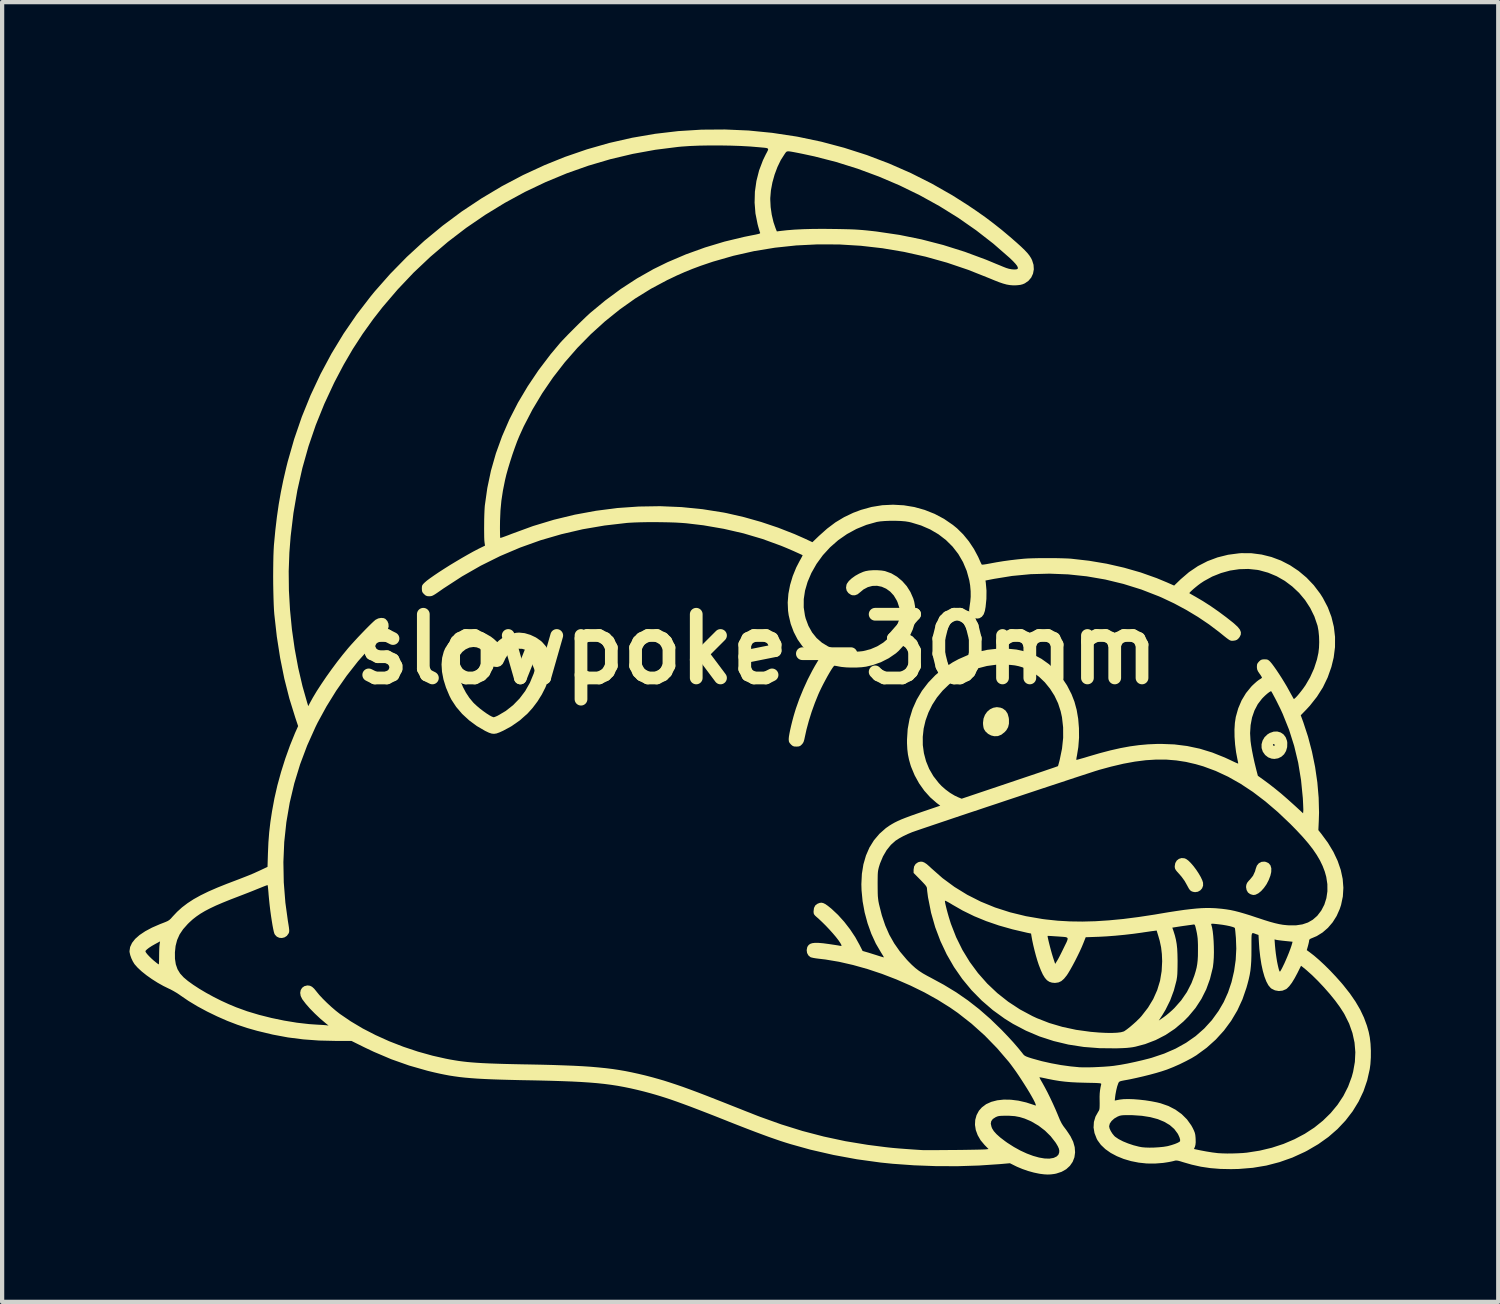
<source format=kicad_pcb>
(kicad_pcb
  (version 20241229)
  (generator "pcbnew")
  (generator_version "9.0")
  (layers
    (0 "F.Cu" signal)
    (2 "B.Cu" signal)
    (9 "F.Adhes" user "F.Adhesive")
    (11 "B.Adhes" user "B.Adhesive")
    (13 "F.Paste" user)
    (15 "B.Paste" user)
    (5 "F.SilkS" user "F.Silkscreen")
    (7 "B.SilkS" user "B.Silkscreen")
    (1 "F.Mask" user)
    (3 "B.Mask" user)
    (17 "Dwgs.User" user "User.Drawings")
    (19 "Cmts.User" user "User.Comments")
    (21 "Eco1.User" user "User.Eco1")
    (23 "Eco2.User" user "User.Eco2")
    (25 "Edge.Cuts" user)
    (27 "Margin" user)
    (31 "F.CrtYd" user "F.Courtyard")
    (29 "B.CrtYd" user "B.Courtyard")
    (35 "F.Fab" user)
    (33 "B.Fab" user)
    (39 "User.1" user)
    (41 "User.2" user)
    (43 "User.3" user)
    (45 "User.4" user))
  (footprint "slowpoke-30mm"
    (layer "F.Cu")
    (at 14.778 12.24)
    (property "Reference" "slowpoke-30mm" (at 0 0 0) (layer "F.SilkS") (effects (font (size 1.5 1.5) (thickness 0.3))))
    (attr board_only exclude_from_pos_files exclude_from_bom)
    (fp_poly (pts (xy 5.737 1.378) (xy 5.792 1.399) (xy 5.859 1.449) (xy 5.906 1.521) (xy 5.932 1.615) (xy 5.937 1.655) (xy 5.937 1.755) (xy 5.918 1.837) (xy 5.877 1.909) (xy 5.838 1.952) (xy 5.759 2.015) (xy 5.677 2.048) (xy 5.59 2.051) (xy 5.516 2.033) (xy 5.445 1.995) (xy 5.384 1.939) (xy 5.347 1.88) (xy 5.336 1.838) (xy 5.328 1.781) (xy 5.326 1.736) (xy 5.338 1.636) (xy 5.372 1.548) (xy 5.424 1.474) (xy 5.491 1.417) (xy 5.567 1.381) (xy 5.651 1.366)) (stroke (width 0) (type solid)) (fill yes) (layer "F.SilkS"))
    (fp_poly (pts (xy 11.99 5.012) (xy 12.055 5.043) (xy 12.097 5.093) (xy 12.117 5.163) (xy 12.115 5.25) (xy 12.095 5.336) (xy 12.055 5.44) (xy 12.004 5.538) (xy 11.943 5.625) (xy 11.878 5.698) (xy 11.811 5.752) (xy 11.745 5.784) (xy 11.699 5.791) (xy 11.661 5.784) (xy 11.618 5.769) (xy 11.617 5.769) (xy 11.567 5.732) (xy 11.535 5.675) (xy 11.522 5.605) (xy 11.522 5.603) (xy 11.528 5.552) (xy 11.546 5.506) (xy 11.584 5.458) (xy 11.614 5.427) (xy 11.686 5.338) (xy 11.734 5.233) (xy 11.749 5.176) (xy 11.777 5.099) (xy 11.823 5.043) (xy 11.883 5.011) (xy 11.954 5.005)) (stroke (width 0) (type solid)) (fill yes) (layer "F.SilkS"))
    (fp_poly (pts (xy 10.07 4.926) (xy 10.109 4.942) (xy 10.161 4.979) (xy 10.221 5.038) (xy 10.285 5.112) (xy 10.348 5.196) (xy 10.406 5.284) (xy 10.456 5.37) (xy 10.492 5.448) (xy 10.509 5.502) (xy 10.51 5.571) (xy 10.487 5.633) (xy 10.444 5.682) (xy 10.387 5.714) (xy 10.321 5.724) (xy 10.272 5.716) (xy 10.233 5.701) (xy 10.203 5.678) (xy 10.175 5.64) (xy 10.143 5.582) (xy 10.139 5.574) (xy 10.075 5.46) (xy 10.004 5.362) (xy 9.947 5.296) (xy 9.898 5.242) (xy 9.867 5.203) (xy 9.85 5.171) (xy 9.843 5.139) (xy 9.842 5.112) (xy 9.855 5.039) (xy 9.889 4.98) (xy 9.94 4.94) (xy 10.002 4.921)) (stroke (width 0) (type solid)) (fill yes) (layer "F.SilkS"))
    (fp_poly (pts (xy 12.337 1.963) (xy 12.404 2.008) (xy 12.455 2.075) (xy 12.487 2.161) (xy 12.493 2.205) (xy 12.49 2.308) (xy 12.464 2.399) (xy 12.418 2.476) (xy 12.354 2.534) (xy 12.277 2.572) (xy 12.189 2.586) (xy 12.123 2.579) (xy 12.043 2.549) (xy 11.972 2.494) (xy 11.918 2.419) (xy 11.916 2.415) (xy 11.888 2.33) (xy 11.887 2.245) (xy 12.154 2.245) (xy 12.158 2.265) (xy 12.162 2.27) (xy 12.184 2.28) (xy 12.197 2.264) (xy 12.197 2.258) (xy 12.185 2.238) (xy 12.175 2.235) (xy 12.154 2.245) (xy 11.887 2.245) (xy 11.887 2.241) (xy 11.911 2.154) (xy 11.957 2.075) (xy 12.025 2.009) (xy 12.082 1.974) (xy 12.172 1.943) (xy 12.258 1.94)) (stroke (width 0) (type solid)) (fill yes) (layer "F.SilkS"))
    (fp_poly (pts (xy -6.616 -0.426) (xy -6.496 -0.402) (xy -6.376 -0.357) (xy -6.266 -0.294) (xy -6.188 -0.233) (xy -6.115 -0.165) (xy -6.077 -0.202) (xy -5.994 -0.265) (xy -5.892 -0.319) (xy -5.781 -0.36) (xy -5.67 -0.385) (xy -5.601 -0.39) (xy -5.468 -0.376) (xy -5.334 -0.336) (xy -5.205 -0.275) (xy -5.091 -0.196) (xy -5.05 -0.158) (xy -4.966 -0.061) (xy -4.905 0.042) (xy -4.867 0.155) (xy -4.849 0.284) (xy -4.85 0.412) (xy -4.87 0.566) (xy -4.914 0.73) (xy -4.98 0.899) (xy -5.065 1.067) (xy -5.167 1.231) (xy -5.284 1.386) (xy -5.401 1.516) (xy -5.585 1.679) (xy -5.788 1.82) (xy -5.975 1.921) (xy -6.063 1.961) (xy -6.132 1.986) (xy -6.192 1.995) (xy -6.249 1.989) (xy -6.312 1.968) (xy -6.388 1.932) (xy -6.399 1.927) (xy -6.599 1.81) (xy -6.781 1.675) (xy -6.943 1.525) (xy -7.082 1.362) (xy -7.196 1.189) (xy -7.24 1.103) (xy -7.323 0.906) (xy -7.382 0.716) (xy -7.417 0.534) (xy -7.427 0.37) (xy -7.054 0.37) (xy -7.046 0.492) (xy -7.021 0.623) (xy -6.979 0.758) (xy -6.923 0.893) (xy -6.854 1.024) (xy -6.773 1.147) (xy -6.681 1.258) (xy -6.656 1.283) (xy -6.593 1.341) (xy -6.522 1.401) (xy -6.446 1.459) (xy -6.372 1.512) (xy -6.304 1.556) (xy -6.247 1.587) (xy -6.206 1.603) (xy -6.199 1.604) (xy -6.176 1.598) (xy -6.137 1.582) (xy -6.102 1.566) (xy -5.914 1.455) (xy -5.743 1.32) (xy -5.59 1.163) (xy -5.457 0.987) (xy -5.347 0.793) (xy -5.261 0.585) (xy -5.257 0.575) (xy -5.236 0.503) (xy -5.225 0.442) (xy -5.222 0.375) (xy -5.223 0.337) (xy -5.227 0.273) (xy -5.234 0.228) (xy -5.247 0.195) (xy -5.269 0.163) (xy -5.271 0.159) (xy -5.35 0.077) (xy -5.436 0.022) (xy -5.527 -0.007) (xy -5.62 -0.01) (xy -5.709 0.012) (xy -5.793 0.059) (xy -5.866 0.129) (xy -5.926 0.222) (xy -5.949 0.274) (xy -5.987 0.348) (xy -6.038 0.396) (xy -6.102 0.418) (xy -6.136 0.42) (xy -6.202 0.412) (xy -6.253 0.384) (xy -6.293 0.334) (xy -6.325 0.257) (xy -6.329 0.243) (xy -6.373 0.139) (xy -6.435 0.055) (xy -6.511 -0.006) (xy -6.599 -0.042) (xy -6.676 -0.051) (xy -6.771 -0.037) (xy -6.86 0.004) (xy -6.939 0.066) (xy -7.001 0.146) (xy -7.013 0.168) (xy -7.043 0.261) (xy -7.054 0.37) (xy -7.427 0.37) (xy -7.428 0.362) (xy -7.414 0.203) (xy -7.375 0.057) (xy -7.342 -0.02) (xy -7.271 -0.129) (xy -7.176 -0.226) (xy -7.063 -0.308) (xy -6.936 -0.372) (xy -6.802 -0.414) (xy -6.729 -0.426)) (stroke (width 0) (type solid)) (fill yes) (layer "F.SilkS"))
    (fp_poly (pts (xy -0.197 -12.216) (xy 0.359 -12.161) (xy 0.916 -12.077) (xy 0.968 -12.068) (xy 1.515 -11.953) (xy 2.056 -11.809) (xy 2.59 -11.638) (xy 3.113 -11.439) (xy 3.626 -11.214) (xy 4.124 -10.963) (xy 4.608 -10.687) (xy 4.958 -10.465) (xy 5.18 -10.315) (xy 5.384 -10.171) (xy 5.577 -10.025) (xy 5.768 -9.874) (xy 5.964 -9.709) (xy 6.118 -9.575) (xy 6.221 -9.482) (xy 6.304 -9.402) (xy 6.369 -9.333) (xy 6.418 -9.272) (xy 6.456 -9.213) (xy 6.482 -9.161) (xy 6.516 -9.053) (xy 6.523 -8.946) (xy 6.504 -8.844) (xy 6.462 -8.753) (xy 6.396 -8.675) (xy 6.311 -8.616) (xy 6.259 -8.594) (xy 6.205 -8.58) (xy 6.136 -8.572) (xy 6.105 -8.57) (xy 6.032 -8.569) (xy 5.959 -8.575) (xy 5.883 -8.588) (xy 5.799 -8.611) (xy 5.702 -8.644) (xy 5.588 -8.689) (xy 5.47 -8.738) (xy 4.977 -8.934) (xy 4.478 -9.103) (xy 3.974 -9.244) (xy 3.467 -9.357) (xy 2.957 -9.443) (xy 2.448 -9.501) (xy 1.938 -9.532) (xy 1.431 -9.534) (xy 0.927 -9.509) (xy 0.427 -9.456) (xy -0.067 -9.375) (xy -0.553 -9.265) (xy -1.031 -9.128) (xy -1.118 -9.099) (xy -1.327 -9.028) (xy -1.517 -8.957) (xy -1.699 -8.883) (xy -1.883 -8.802) (xy -2.079 -8.708) (xy -2.108 -8.695) (xy -2.494 -8.489) (xy -2.869 -8.257) (xy -3.231 -8) (xy -3.58 -7.719) (xy -3.913 -7.417) (xy -4.229 -7.095) (xy -4.526 -6.755) (xy -4.803 -6.398) (xy -5.057 -6.026) (xy -5.287 -5.642) (xy -5.492 -5.247) (xy -5.596 -5.018) (xy -5.648 -4.892) (xy -5.702 -4.745) (xy -5.758 -4.585) (xy -5.811 -4.42) (xy -5.86 -4.259) (xy -5.902 -4.109) (xy -5.932 -3.983) (xy -5.982 -3.734) (xy -6.018 -3.498) (xy -6.04 -3.265) (xy -6.05 -3.023) (xy -6.051 -2.946) (xy -6.052 -2.851) (xy -6.051 -2.767) (xy -6.05 -2.698) (xy -6.048 -2.648) (xy -6.046 -2.622) (xy -6.045 -2.62) (xy -6.03 -2.622) (xy -5.99 -2.635) (xy -5.932 -2.656) (xy -5.858 -2.683) (xy -5.774 -2.716) (xy -5.755 -2.723) (xy -5.274 -2.899) (xy -4.785 -3.047) (xy -4.29 -3.167) (xy -3.79 -3.259) (xy -3.287 -3.324) (xy -2.782 -3.359) (xy -2.278 -3.367) (xy -1.776 -3.346) (xy -1.278 -3.296) (xy -0.785 -3.218) (xy -0.705 -3.202) (xy -0.305 -3.11) (xy 0.099 -2.996) (xy 0.498 -2.862) (xy 0.884 -2.711) (xy 1.113 -2.61) (xy 1.308 -2.519) (xy 1.461 -2.666) (xy 1.655 -2.839) (xy 1.85 -2.986) (xy 2.053 -3.108) (xy 2.268 -3.211) (xy 2.452 -3.28) (xy 2.701 -3.349) (xy 2.954 -3.39) (xy 3.208 -3.402) (xy 3.461 -3.388) (xy 3.71 -3.347) (xy 3.953 -3.279) (xy 4.187 -3.186) (xy 4.409 -3.068) (xy 4.617 -2.925) (xy 4.715 -2.845) (xy 4.859 -2.703) (xy 4.993 -2.539) (xy 5.112 -2.36) (xy 5.211 -2.175) (xy 5.228 -2.137) (xy 5.254 -2.078) (xy 5.276 -2.03) (xy 5.292 -1.999) (xy 5.296 -1.991) (xy 5.313 -1.99) (xy 5.354 -1.994) (xy 5.412 -2.003) (xy 5.482 -2.016) (xy 5.488 -2.017) (xy 5.633 -2.044) (xy 5.797 -2.071) (xy 5.97 -2.095) (xy 6.141 -2.115) (xy 6.294 -2.13) (xy 6.384 -2.136) (xy 6.498 -2.14) (xy 6.628 -2.143) (xy 6.769 -2.144) (xy 6.913 -2.144) (xy 7.055 -2.143) (xy 7.186 -2.14) (xy 7.302 -2.136) (xy 7.395 -2.131) (xy 7.404 -2.13) (xy 7.824 -2.082) (xy 8.24 -2.012) (xy 8.647 -1.919) (xy 9.041 -1.806) (xy 9.418 -1.672) (xy 9.658 -1.572) (xy 9.828 -1.497) (xy 9.982 -1.646) (xy 10.178 -1.814) (xy 10.388 -1.956) (xy 10.613 -2.072) (xy 10.85 -2.161) (xy 11.098 -2.223) (xy 11.357 -2.257) (xy 11.41 -2.261) (xy 11.651 -2.259) (xy 11.889 -2.228) (xy 12.121 -2.17) (xy 12.345 -2.086) (xy 12.558 -1.976) (xy 12.759 -1.842) (xy 12.946 -1.685) (xy 13.116 -1.507) (xy 13.267 -1.308) (xy 13.331 -1.207) (xy 13.447 -0.986) (xy 13.533 -0.759) (xy 13.59 -0.526) (xy 13.618 -0.288) (xy 13.617 -0.047) (xy 13.586 0.197) (xy 13.532 0.419) (xy 13.444 0.668) (xy 13.331 0.902) (xy 13.191 1.122) (xy 13.025 1.332) (xy 12.943 1.421) (xy 12.81 1.558) (xy 12.87 1.721) (xy 12.981 2.06) (xy 13.074 2.413) (xy 13.148 2.774) (xy 13.201 3.138) (xy 13.232 3.499) (xy 13.241 3.851) (xy 13.235 4.048) (xy 13.225 4.263) (xy 13.293 4.348) (xy 13.45 4.561) (xy 13.579 4.775) (xy 13.68 4.989) (xy 13.753 5.202) (xy 13.798 5.413) (xy 13.814 5.621) (xy 13.802 5.825) (xy 13.76 6.025) (xy 13.728 6.122) (xy 13.655 6.286) (xy 13.561 6.435) (xy 13.45 6.565) (xy 13.324 6.674) (xy 13.187 6.759) (xy 13.095 6.798) (xy 13.044 6.819) (xy 13.017 6.837) (xy 13.008 6.857) (xy 13.008 6.862) (xy 13.004 6.893) (xy 12.993 6.941) (xy 12.98 6.992) (xy 12.952 7.09) (xy 13.013 7.134) (xy 13.122 7.218) (xy 13.243 7.322) (xy 13.372 7.442) (xy 13.504 7.573) (xy 13.634 7.711) (xy 13.759 7.851) (xy 13.81 7.911) (xy 13.968 8.111) (xy 14.1 8.303) (xy 14.21 8.491) (xy 14.299 8.679) (xy 14.37 8.872) (xy 14.411 9.017) (xy 14.437 9.147) (xy 14.454 9.296) (xy 14.462 9.457) (xy 14.461 9.619) (xy 14.451 9.775) (xy 14.435 9.894) (xy 14.375 10.159) (xy 14.288 10.413) (xy 14.173 10.656) (xy 14.032 10.886) (xy 13.866 11.102) (xy 13.676 11.304) (xy 13.462 11.49) (xy 13.225 11.659) (xy 12.965 11.811) (xy 12.91 11.84) (xy 12.613 11.976) (xy 12.31 12.083) (xy 12 12.164) (xy 11.681 12.217) (xy 11.348 12.244) (xy 11.17 12.248) (xy 10.916 12.243) (xy 10.681 12.224) (xy 10.459 12.191) (xy 10.24 12.142) (xy 10.046 12.086) (xy 9.975 12.064) (xy 9.926 12.051) (xy 9.891 12.045) (xy 9.862 12.045) (xy 9.833 12.052) (xy 9.816 12.057) (xy 9.772 12.067) (xy 9.708 12.08) (xy 9.633 12.092) (xy 9.565 12.102) (xy 9.374 12.117) (xy 9.182 12.115) (xy 8.994 12.095) (xy 8.812 12.059) (xy 8.639 12.008) (xy 8.479 11.943) (xy 8.334 11.866) (xy 8.208 11.777) (xy 8.103 11.677) (xy 8.024 11.569) (xy 8.004 11.532) (xy 7.952 11.398) (xy 7.93 11.266) (xy 7.932 11.241) (xy 8.297 11.241) (xy 8.307 11.29) (xy 8.334 11.349) (xy 8.372 11.41) (xy 8.416 11.464) (xy 8.438 11.485) (xy 8.519 11.54) (xy 8.623 11.594) (xy 8.743 11.643) (xy 8.871 11.686) (xy 9 11.719) (xy 9.071 11.732) (xy 9.15 11.739) (xy 9.249 11.742) (xy 9.359 11.74) (xy 9.47 11.733) (xy 9.574 11.723) (xy 9.661 11.709) (xy 9.684 11.704) (xy 9.771 11.68) (xy 9.847 11.655) (xy 9.909 11.629) (xy 9.951 11.606) (xy 9.968 11.589) (xy 9.969 11.553) (xy 9.954 11.5) (xy 9.925 11.436) (xy 9.91 11.409) (xy 9.83 11.302) (xy 9.725 11.21) (xy 9.595 11.133) (xy 9.442 11.07) (xy 9.265 11.023) (xy 9.068 10.992) (xy 8.849 10.977) (xy 8.769 10.976) (xy 8.686 10.976) (xy 8.625 10.978) (xy 8.581 10.983) (xy 8.545 10.991) (xy 8.512 11.004) (xy 8.499 11.009) (xy 8.418 11.056) (xy 8.355 11.113) (xy 8.313 11.174) (xy 8.297 11.236) (xy 8.297 11.241) (xy 7.932 11.241) (xy 7.938 11.137) (xy 7.975 11.012) (xy 8.042 10.892) (xy 8.046 10.887) (xy 8.058 10.866) (xy 8.066 10.843) (xy 8.071 10.811) (xy 8.073 10.764) (xy 8.074 10.696) (xy 8.073 10.639) (xy 8.073 10.633) (xy 8.429 10.633) (xy 8.547 10.61) (xy 8.635 10.6) (xy 8.745 10.597) (xy 8.873 10.601) (xy 9.01 10.612) (xy 9.152 10.628) (xy 9.292 10.65) (xy 9.424 10.676) (xy 9.509 10.697) (xy 9.693 10.761) (xy 9.859 10.847) (xy 10.005 10.952) (xy 10.13 11.076) (xy 10.231 11.217) (xy 10.265 11.278) (xy 10.296 11.343) (xy 10.315 11.393) (xy 10.326 11.441) (xy 10.332 11.5) (xy 10.334 11.534) (xy 10.336 11.616) (xy 10.33 11.675) (xy 10.318 11.72) (xy 10.318 11.72) (xy 10.295 11.774) (xy 10.447 11.806) (xy 10.591 11.833) (xy 10.728 11.855) (xy 10.848 11.87) (xy 10.87 11.872) (xy 10.963 11.877) (xy 11.076 11.88) (xy 11.2 11.879) (xy 11.325 11.875) (xy 11.441 11.869) (xy 11.539 11.86) (xy 11.54 11.86) (xy 11.842 11.813) (xy 12.13 11.744) (xy 12.405 11.654) (xy 12.663 11.544) (xy 12.905 11.416) (xy 13.129 11.27) (xy 13.332 11.107) (xy 13.515 10.928) (xy 13.676 10.734) (xy 13.813 10.527) (xy 13.925 10.307) (xy 14.011 10.075) (xy 14.044 9.954) (xy 14.085 9.723) (xy 14.096 9.494) (xy 14.077 9.267) (xy 14.028 9.042) (xy 13.95 8.821) (xy 13.842 8.604) (xy 13.818 8.563) (xy 13.729 8.426) (xy 13.62 8.277) (xy 13.495 8.123) (xy 13.359 7.968) (xy 13.218 7.818) (xy 13.076 7.678) (xy 12.937 7.554) (xy 12.856 7.488) (xy 12.817 7.458) (xy 12.733 7.627) (xy 12.666 7.752) (xy 12.602 7.857) (xy 12.54 7.939) (xy 12.484 7.995) (xy 12.464 8.009) (xy 12.381 8.044) (xy 12.292 8.053) (xy 12.203 8.037) (xy 12.123 7.998) (xy 12.1 7.979) (xy 12.048 7.918) (xy 12 7.829) (xy 11.956 7.715) (xy 11.917 7.579) (xy 11.883 7.422) (xy 11.856 7.248) (xy 11.835 7.059) (xy 11.826 6.925) (xy 11.821 6.837) (xy 12.193 6.837) (xy 12.203 6.978) (xy 12.212 7.072) (xy 12.223 7.169) (xy 12.237 7.266) (xy 12.252 7.358) (xy 12.269 7.441) (xy 12.285 7.51) (xy 12.299 7.562) (xy 12.313 7.592) (xy 12.322 7.596) (xy 12.333 7.58) (xy 12.355 7.542) (xy 12.383 7.488) (xy 12.414 7.423) (xy 12.416 7.421) (xy 12.454 7.336) (xy 12.494 7.243) (xy 12.532 7.15) (xy 12.565 7.062) (xy 12.591 6.987) (xy 12.607 6.932) (xy 12.608 6.931) (xy 12.617 6.892) (xy 12.441 6.874) (xy 12.368 6.866) (xy 12.303 6.858) (xy 12.254 6.851) (xy 12.229 6.846) (xy 12.193 6.837) (xy 11.821 6.837) (xy 11.815 6.732) (xy 11.762 6.714) (xy 11.728 6.701) (xy 11.701 6.691) (xy 11.681 6.688) (xy 11.667 6.694) (xy 11.658 6.712) (xy 11.652 6.746) (xy 11.65 6.798) (xy 11.649 6.871) (xy 11.649 6.97) (xy 11.649 7.063) (xy 11.648 7.218) (xy 11.644 7.349) (xy 11.636 7.464) (xy 11.625 7.569) (xy 11.608 7.671) (xy 11.585 7.776) (xy 11.555 7.891) (xy 11.531 7.976) (xy 11.437 8.249) (xy 11.317 8.509) (xy 11.171 8.755) (xy 11.001 8.985) (xy 10.808 9.197) (xy 10.594 9.389) (xy 10.36 9.56) (xy 10.36 9.561) (xy 10.243 9.632) (xy 10.105 9.705) (xy 9.957 9.778) (xy 9.805 9.845) (xy 9.659 9.903) (xy 9.647 9.907) (xy 9.536 9.944) (xy 9.402 9.984) (xy 9.254 10.024) (xy 9.098 10.063) (xy 8.942 10.099) (xy 8.794 10.131) (xy 8.726 10.144) (xy 8.647 10.158) (xy 8.593 10.169) (xy 8.557 10.179) (xy 8.536 10.19) (xy 8.523 10.204) (xy 8.514 10.223) (xy 8.511 10.229) (xy 8.486 10.302) (xy 8.464 10.393) (xy 8.446 10.489) (xy 8.439 10.541) (xy 8.429 10.633) (xy 8.073 10.633) (xy 8.072 10.542) (xy 8.075 10.465) (xy 8.082 10.396) (xy 8.093 10.326) (xy 8.109 10.253) (xy 8.111 10.243) (xy 8.108 10.235) (xy 8.098 10.23) (xy 8.077 10.225) (xy 8.042 10.222) (xy 7.99 10.219) (xy 7.917 10.217) (xy 7.819 10.215) (xy 7.73 10.213) (xy 7.554 10.208) (xy 7.4 10.2) (xy 7.26 10.188) (xy 7.128 10.172) (xy 6.994 10.15) (xy 6.851 10.122) (xy 6.806 10.112) (xy 6.744 10.099) (xy 6.694 10.089) (xy 6.662 10.085) (xy 6.654 10.085) (xy 6.66 10.099) (xy 6.677 10.133) (xy 6.704 10.181) (xy 6.725 10.217) (xy 6.78 10.317) (xy 6.843 10.436) (xy 6.908 10.568) (xy 6.972 10.704) (xy 7.031 10.835) (xy 7.082 10.955) (xy 7.095 10.987) (xy 7.137 11.088) (xy 7.176 11.167) (xy 7.216 11.231) (xy 7.242 11.266) (xy 7.286 11.324) (xy 7.334 11.394) (xy 7.379 11.463) (xy 7.386 11.473) (xy 7.45 11.603) (xy 7.486 11.731) (xy 7.495 11.854) (xy 7.479 11.97) (xy 7.438 12.076) (xy 7.373 12.17) (xy 7.286 12.25) (xy 7.178 12.311) (xy 7.05 12.353) (xy 7.004 12.362) (xy 6.925 12.372) (xy 6.85 12.375) (xy 6.769 12.371) (xy 6.672 12.359) (xy 6.643 12.354) (xy 6.523 12.329) (xy 6.389 12.292) (xy 6.254 12.245) (xy 6.127 12.192) (xy 6.08 12.169) (xy 5.96 12.109) (xy 5.722 12.13) (xy 5.231 12.163) (xy 4.726 12.179) (xy 4.213 12.177) (xy 3.701 12.158) (xy 3.2 12.122) (xy 2.915 12.093) (xy 2.356 12.016) (xy 1.803 11.914) (xy 1.259 11.789) (xy 0.793 11.659) (xy 0.673 11.622) (xy 0.549 11.582) (xy 0.419 11.537) (xy 0.278 11.488) (xy 0.126 11.432) (xy -0.043 11.369) (xy -0.229 11.298) (xy -0.437 11.217) (xy -0.669 11.126) (xy -0.728 11.102) (xy -0.975 11.004) (xy -1.198 10.917) (xy -1.398 10.84) (xy -1.578 10.771) (xy -1.741 10.711) (xy -1.89 10.657) (xy -2.027 10.609) (xy -2.154 10.567) (xy -2.274 10.529) (xy -2.391 10.494) (xy -2.506 10.461) (xy -2.622 10.43) (xy -2.663 10.419) (xy -2.821 10.38) (xy -2.974 10.345) (xy -3.125 10.314) (xy -3.277 10.286) (xy -3.433 10.262) (xy -3.594 10.241) (xy -3.765 10.223) (xy -3.948 10.208) (xy -4.145 10.195) (xy -4.36 10.184) (xy -4.596 10.175) (xy -4.854 10.167) (xy -5.138 10.16) (xy -5.281 10.157) (xy -5.558 10.152) (xy -5.808 10.146) (xy -6.032 10.14) (xy -6.235 10.133) (xy -6.418 10.125) (xy -6.583 10.116) (xy -6.734 10.105) (xy -6.873 10.093) (xy -7.002 10.079) (xy -7.124 10.062) (xy -7.242 10.044) (xy -7.358 10.022) (xy -7.475 9.998) (xy -7.595 9.971) (xy -7.72 9.941) (xy -7.764 9.93) (xy -8.191 9.808) (xy -8.61 9.66) (xy -9.024 9.484) (xy -9.235 9.384) (xy -9.55 9.228) (xy -9.925 9.228) (xy -10.313 9.219) (xy -10.683 9.192) (xy -11.045 9.146) (xy -11.404 9.079) (xy -11.77 8.991) (xy -12.002 8.925) (xy -12.234 8.848) (xy -12.474 8.756) (xy -12.715 8.65) (xy -12.952 8.535) (xy -13.178 8.413) (xy -13.387 8.287) (xy -13.573 8.16) (xy -13.584 8.152) (xy -13.656 8.103) (xy -13.741 8.053) (xy -13.821 8.01) (xy -13.844 8) (xy -13.979 7.934) (xy -14.116 7.857) (xy -14.25 7.772) (xy -14.376 7.683) (xy -14.489 7.593) (xy -14.584 7.505) (xy -14.656 7.424) (xy -14.664 7.413) (xy -14.7 7.354) (xy -14.734 7.282) (xy -14.76 7.209) (xy -14.775 7.143) (xy -14.778 7.117) (xy -14.403 7.117) (xy -14.392 7.143) (xy -14.362 7.183) (xy -14.317 7.232) (xy -14.262 7.286) (xy -14.202 7.34) (xy -14.194 7.346) (xy -14.149 7.383) (xy -14.113 7.411) (xy -14.091 7.425) (xy -14.088 7.426) (xy -14.085 7.412) (xy -14.083 7.374) (xy -14.081 7.316) (xy -14.08 7.245) (xy -14.08 7.228) (xy -14.079 7.146) (xy -14.079 7.141) (xy -13.708 7.141) (xy -13.707 7.293) (xy -13.687 7.424) (xy -13.647 7.539) (xy -13.586 7.64) (xy -13.502 7.732) (xy -13.402 7.816) (xy -13.277 7.906) (xy -13.133 8) (xy -12.973 8.095) (xy -12.801 8.189) (xy -12.623 8.279) (xy -12.442 8.362) (xy -12.265 8.436) (xy -12.006 8.53) (xy -11.726 8.614) (xy -11.432 8.688) (xy -11.133 8.75) (xy -10.835 8.799) (xy -10.548 8.832) (xy -10.356 8.845) (xy -10.281 8.849) (xy -10.214 8.853) (xy -10.162 8.857) (xy -10.134 8.86) (xy -10.089 8.866) (xy -10.149 8.818) (xy -10.285 8.703) (xy -10.412 8.584) (xy -10.527 8.467) (xy -10.625 8.355) (xy -10.702 8.254) (xy -10.711 8.241) (xy -10.746 8.168) (xy -10.757 8.096) (xy -10.745 8.031) (xy -10.712 7.977) (xy -10.66 7.939) (xy -10.593 7.922) (xy -10.577 7.922) (xy -10.526 7.929) (xy -10.478 7.953) (xy -10.429 7.997) (xy -10.373 8.065) (xy -10.372 8.067) (xy -10.307 8.146) (xy -10.223 8.236) (xy -10.126 8.332) (xy -10.022 8.428) (xy -9.917 8.518) (xy -9.824 8.591) (xy -9.566 8.767) (xy -9.284 8.935) (xy -8.981 9.091) (xy -8.66 9.236) (xy -8.326 9.366) (xy -7.984 9.48) (xy -7.636 9.577) (xy -7.329 9.646) (xy -7.227 9.666) (xy -7.128 9.683) (xy -7.03 9.699) (xy -6.931 9.712) (xy -6.827 9.724) (xy -6.716 9.734) (xy -6.595 9.743) (xy -6.462 9.751) (xy -6.313 9.758) (xy -6.147 9.764) (xy -5.959 9.77) (xy -5.749 9.775) (xy -5.512 9.78) (xy -5.39 9.782) (xy -5.083 9.788) (xy -4.804 9.795) (xy -4.55 9.804) (xy -4.318 9.813) (xy -4.105 9.824) (xy -3.909 9.837) (xy -3.728 9.853) (xy -3.559 9.87) (xy -3.398 9.89) (xy -3.245 9.913) (xy -3.095 9.939) (xy -2.946 9.969) (xy -2.796 10.002) (xy -2.643 10.038) (xy -2.588 10.052) (xy -2.455 10.087) (xy -2.323 10.124) (xy -2.189 10.163) (xy -2.051 10.207) (xy -1.906 10.255) (xy -1.751 10.308) (xy -1.583 10.369) (xy -1.4 10.437) (xy -1.199 10.514) (xy -0.977 10.601) (xy -0.73 10.698) (xy -0.645 10.732) (xy -0.516 10.783) (xy -0.389 10.833) (xy -0.269 10.881) (xy -0.158 10.924) (xy -0.063 10.962) (xy 0.013 10.992) (xy 0.066 11.012) (xy 0.068 11.013) (xy 0.574 11.194) (xy 1.075 11.35) (xy 1.577 11.481) (xy 2.086 11.59) (xy 2.608 11.676) (xy 3.038 11.731) (xy 3.12 11.74) (xy 3.197 11.748) (xy 3.275 11.755) (xy 3.358 11.762) (xy 3.451 11.769) (xy 3.558 11.777) (xy 3.685 11.786) (xy 3.837 11.796) (xy 3.871 11.798) (xy 3.907 11.8) (xy 3.97 11.8) (xy 4.053 11.801) (xy 4.155 11.801) (xy 4.27 11.8) (xy 4.396 11.799) (xy 4.528 11.798) (xy 4.663 11.797) (xy 4.797 11.796) (xy 4.927 11.794) (xy 5.047 11.792) (xy 5.156 11.79) (xy 5.248 11.788) (xy 5.321 11.786) (xy 5.37 11.784) (xy 5.388 11.783) (xy 5.457 11.775) (xy 5.362 11.678) (xy 5.269 11.567) (xy 5.201 11.449) (xy 5.156 11.328) (xy 5.137 11.207) (xy 5.138 11.178) (xy 5.509 11.178) (xy 5.526 11.252) (xy 5.541 11.29) (xy 5.581 11.354) (xy 5.644 11.424) (xy 5.731 11.502) (xy 5.845 11.589) (xy 5.901 11.629) (xy 6.053 11.726) (xy 6.207 11.811) (xy 6.359 11.881) (xy 6.506 11.936) (xy 6.646 11.975) (xy 6.774 11.997) (xy 6.887 12.001) (xy 6.983 11.985) (xy 6.996 11.981) (xy 7.062 11.949) (xy 7.102 11.908) (xy 7.12 11.858) (xy 7.123 11.813) (xy 7.113 11.765) (xy 7.088 11.709) (xy 7.046 11.638) (xy 7.029 11.613) (xy 6.919 11.472) (xy 6.786 11.341) (xy 6.635 11.225) (xy 6.472 11.129) (xy 6.432 11.11) (xy 6.307 11.057) (xy 6.192 11.022) (xy 6.077 11) (xy 5.949 10.991) (xy 5.889 10.99) (xy 5.806 10.991) (xy 5.746 10.993) (xy 5.703 10.997) (xy 5.669 11.005) (xy 5.637 11.018) (xy 5.622 11.025) (xy 5.557 11.067) (xy 5.52 11.118) (xy 5.509 11.178) (xy 5.138 11.178) (xy 5.143 11.088) (xy 5.174 10.976) (xy 5.23 10.872) (xy 5.3 10.793) (xy 5.4 10.718) (xy 5.522 10.663) (xy 5.661 10.627) (xy 5.815 10.61) (xy 5.982 10.613) (xy 6.159 10.635) (xy 6.342 10.677) (xy 6.53 10.738) (xy 6.561 10.75) (xy 6.571 10.746) (xy 6.565 10.719) (xy 6.546 10.673) (xy 6.515 10.611) (xy 6.473 10.535) (xy 6.423 10.448) (xy 6.366 10.354) (xy 6.303 10.254) (xy 6.237 10.151) (xy 6.17 10.049) (xy 6.102 9.949) (xy 6.035 9.856) (xy 5.972 9.771) (xy 5.934 9.722) (xy 5.658 9.4) (xy 5.365 9.099) (xy 5.055 8.821) (xy 4.732 8.568) (xy 4.546 8.439) (xy 4.255 8.257) (xy 3.946 8.085) (xy 3.622 7.926) (xy 3.287 7.78) (xy 2.947 7.649) (xy 2.605 7.535) (xy 2.266 7.44) (xy 1.934 7.364) (xy 1.613 7.31) (xy 1.459 7.292) (xy 1.388 7.283) (xy 1.325 7.272) (xy 1.276 7.26) (xy 1.259 7.253) (xy 1.212 7.213) (xy 1.182 7.156) (xy 1.173 7.09) (xy 1.185 7.024) (xy 1.193 7.006) (xy 1.218 6.97) (xy 1.254 6.943) (xy 1.303 6.926) (xy 1.368 6.918) (xy 1.453 6.919) (xy 1.561 6.928) (xy 1.694 6.946) (xy 1.695 6.946) (xy 1.775 6.958) (xy 1.848 6.969) (xy 1.907 6.978) (xy 1.945 6.985) (xy 1.949 6.986) (xy 1.983 6.991) (xy 1.994 6.985) (xy 1.99 6.968) (xy 1.964 6.92) (xy 1.92 6.855) (xy 1.86 6.778) (xy 1.788 6.693) (xy 1.707 6.603) (xy 1.621 6.512) (xy 1.533 6.425) (xy 1.447 6.344) (xy 1.414 6.316) (xy 1.372 6.278) (xy 1.349 6.25) (xy 1.338 6.223) (xy 1.335 6.187) (xy 1.335 6.176) (xy 1.345 6.096) (xy 1.376 6.036) (xy 1.429 5.996) (xy 1.431 5.996) (xy 1.476 5.978) (xy 1.519 5.972) (xy 1.562 5.981) (xy 1.612 6.005) (xy 1.672 6.047) (xy 1.748 6.108) (xy 1.763 6.121) (xy 1.911 6.26) (xy 2.057 6.422) (xy 2.194 6.599) (xy 2.317 6.784) (xy 2.416 6.963) (xy 2.49 7.109) (xy 2.576 7.134) (xy 2.628 7.149) (xy 2.698 7.171) (xy 2.774 7.195) (xy 2.822 7.21) (xy 2.887 7.231) (xy 2.94 7.247) (xy 2.977 7.258) (xy 2.99 7.261) (xy 2.987 7.25) (xy 2.97 7.219) (xy 2.942 7.174) (xy 2.924 7.145) (xy 2.801 6.935) (xy 2.695 6.704) (xy 2.607 6.457) (xy 2.538 6.201) (xy 2.49 5.939) (xy 2.465 5.679) (xy 2.461 5.544) (xy 2.844 5.544) (xy 2.845 5.657) (xy 2.846 5.746) (xy 2.849 5.818) (xy 2.855 5.879) (xy 2.862 5.934) (xy 2.873 5.99) (xy 2.877 6.01) (xy 2.943 6.271) (xy 3.023 6.508) (xy 3.119 6.727) (xy 3.234 6.93) (xy 3.369 7.123) (xy 3.527 7.31) (xy 3.559 7.345) (xy 3.649 7.436) (xy 3.732 7.511) (xy 3.816 7.576) (xy 3.909 7.637) (xy 4.019 7.699) (xy 4.088 7.735) (xy 4.403 7.906) (xy 4.696 8.084) (xy 4.972 8.275) (xy 5.237 8.482) (xy 5.497 8.709) (xy 5.758 8.962) (xy 5.784 8.989) (xy 5.914 9.125) (xy 6.039 9.261) (xy 6.152 9.392) (xy 6.249 9.511) (xy 6.271 9.54) (xy 6.29 9.561) (xy 6.314 9.579) (xy 6.348 9.596) (xy 6.398 9.615) (xy 6.47 9.638) (xy 6.504 9.648) (xy 6.71 9.705) (xy 6.934 9.755) (xy 7.163 9.797) (xy 7.388 9.828) (xy 7.597 9.848) (xy 7.599 9.848) (xy 7.687 9.851) (xy 7.797 9.851) (xy 7.921 9.848) (xy 8.052 9.842) (xy 8.181 9.835) (xy 8.301 9.826) (xy 8.405 9.815) (xy 8.424 9.812) (xy 8.57 9.79) (xy 8.733 9.76) (xy 8.906 9.723) (xy 9.078 9.683) (xy 9.24 9.642) (xy 9.301 9.625) (xy 9.593 9.527) (xy 9.862 9.41) (xy 10.108 9.273) (xy 10.333 9.116) (xy 10.535 8.938) (xy 10.716 8.74) (xy 10.874 8.522) (xy 10.996 8.313) (xy 11.098 8.086) (xy 11.18 7.842) (xy 11.24 7.585) (xy 11.278 7.321) (xy 11.292 7.054) (xy 11.283 6.804) (xy 11.276 6.726) (xy 11.27 6.657) (xy 11.264 6.604) (xy 11.259 6.573) (xy 11.258 6.569) (xy 11.241 6.556) (xy 11.198 6.541) (xy 11.136 6.524) (xy 11.058 6.508) (xy 10.97 6.493) (xy 10.877 6.481) (xy 10.804 6.473) (xy 10.747 6.468) (xy 10.715 6.468) (xy 10.701 6.473) (xy 10.701 6.484) (xy 10.702 6.487) (xy 10.721 6.555) (xy 10.737 6.646) (xy 10.749 6.756) (xy 10.758 6.879) (xy 10.763 7.008) (xy 10.765 7.139) (xy 10.762 7.265) (xy 10.754 7.38) (xy 10.742 7.479) (xy 10.737 7.509) (xy 10.672 7.77) (xy 10.584 8.013) (xy 10.47 8.24) (xy 10.331 8.453) (xy 10.165 8.652) (xy 10.046 8.772) (xy 9.845 8.942) (xy 9.626 9.088) (xy 9.393 9.208) (xy 9.145 9.303) (xy 8.919 9.363) (xy 8.853 9.376) (xy 8.784 9.385) (xy 8.705 9.393) (xy 8.611 9.398) (xy 8.494 9.402) (xy 8.462 9.403) (xy 8.072 9.399) (xy 7.698 9.37) (xy 7.337 9.314) (xy 6.991 9.231) (xy 6.658 9.123) (xy 6.338 8.987) (xy 6.032 8.826) (xy 5.839 8.706) (xy 5.558 8.503) (xy 5.297 8.278) (xy 5.056 8.033) (xy 4.838 7.769) (xy 4.643 7.488) (xy 4.471 7.19) (xy 4.323 6.876) (xy 4.2 6.55) (xy 4.103 6.21) (xy 4.047 5.926) (xy 4.429 5.926) (xy 4.43 5.949) (xy 4.438 5.995) (xy 4.453 6.06) (xy 4.472 6.137) (xy 4.495 6.222) (xy 4.52 6.31) (xy 4.546 6.394) (xy 4.57 6.47) (xy 4.693 6.785) (xy 4.841 7.085) (xy 5.013 7.367) (xy 5.208 7.631) (xy 5.425 7.877) (xy 5.663 8.102) (xy 5.92 8.305) (xy 6.196 8.486) (xy 6.491 8.644) (xy 6.597 8.693) (xy 6.886 8.806) (xy 7.194 8.897) (xy 7.52 8.967) (xy 7.861 9.014) (xy 8.064 9.031) (xy 8.226 9.039) (xy 8.366 9.04) (xy 8.482 9.035) (xy 8.573 9.024) (xy 8.636 9.007) (xy 8.655 8.998) (xy 8.715 8.956) (xy 8.788 8.899) (xy 8.867 8.831) (xy 8.945 8.761) (xy 8.956 8.749) (xy 9.466 8.749) (xy 9.582 8.669) (xy 9.641 8.625) (xy 9.711 8.567) (xy 9.782 8.504) (xy 9.835 8.453) (xy 9.994 8.273) (xy 10.129 8.077) (xy 10.237 7.866) (xy 10.304 7.689) (xy 10.334 7.591) (xy 10.357 7.503) (xy 10.372 7.418) (xy 10.382 7.329) (xy 10.388 7.227) (xy 10.389 7.104) (xy 10.389 7.074) (xy 10.389 6.967) (xy 10.386 6.883) (xy 10.382 6.814) (xy 10.374 6.752) (xy 10.364 6.69) (xy 10.354 6.642) (xy 10.338 6.571) (xy 10.326 6.525) (xy 10.316 6.499) (xy 10.305 6.487) (xy 10.291 6.485) (xy 10.279 6.487) (xy 10.24 6.493) (xy 10.188 6.5) (xy 10.165 6.503) (xy 10.116 6.51) (xy 10.05 6.519) (xy 9.975 6.53) (xy 9.937 6.536) (xy 9.785 6.56) (xy 9.814 6.644) (xy 9.846 6.746) (xy 9.87 6.844) (xy 9.888 6.946) (xy 9.9 7.057) (xy 9.906 7.184) (xy 9.909 7.334) (xy 9.909 7.351) (xy 9.908 7.474) (xy 9.906 7.572) (xy 9.903 7.652) (xy 9.897 7.718) (xy 9.888 7.776) (xy 9.883 7.806) (xy 9.821 8.041) (xy 9.735 8.273) (xy 9.626 8.493) (xy 9.55 8.62) (xy 9.466 8.749) (xy 8.956 8.749) (xy 9.014 8.693) (xy 9.059 8.643) (xy 9.212 8.446) (xy 9.335 8.243) (xy 9.429 8.032) (xy 9.496 7.812) (xy 9.534 7.582) (xy 9.546 7.351) (xy 9.539 7.181) (xy 9.521 7.025) (xy 9.488 6.869) (xy 9.457 6.762) (xy 9.416 6.628) (xy 9.348 6.637) (xy 9.307 6.642) (xy 9.245 6.651) (xy 9.169 6.662) (xy 9.087 6.674) (xy 9.077 6.676) (xy 8.874 6.704) (xy 8.658 6.729) (xy 8.44 6.75) (xy 8.229 6.766) (xy 8.037 6.776) (xy 8.024 6.776) (xy 7.745 6.786) (xy 7.688 6.93) (xy 7.651 7.019) (xy 7.604 7.122) (xy 7.55 7.233) (xy 7.493 7.346) (xy 7.435 7.455) (xy 7.38 7.553) (xy 7.331 7.635) (xy 7.299 7.684) (xy 7.234 7.764) (xy 7.171 7.819) (xy 7.105 7.85) (xy 7.03 7.861) (xy 7.018 7.862) (xy 6.948 7.855) (xy 6.887 7.835) (xy 6.832 7.798) (xy 6.783 7.742) (xy 6.735 7.664) (xy 6.688 7.562) (xy 6.639 7.435) (xy 6.607 7.338) (xy 6.573 7.223) (xy 6.54 7.098) (xy 6.51 6.974) (xy 6.486 6.861) (xy 6.477 6.811) (xy 6.467 6.755) (xy 6.848 6.755) (xy 6.848 6.772) (xy 6.856 6.812) (xy 6.869 6.87) (xy 6.886 6.94) (xy 6.906 7.018) (xy 6.927 7.097) (xy 6.948 7.172) (xy 6.968 7.238) (xy 6.978 7.27) (xy 7.026 7.414) (xy 7.071 7.341) (xy 7.094 7.302) (xy 7.126 7.242) (xy 7.163 7.169) (xy 7.202 7.09) (xy 7.217 7.059) (xy 7.263 6.965) (xy 7.297 6.896) (xy 7.316 6.846) (xy 7.32 6.814) (xy 7.306 6.794) (xy 7.274 6.783) (xy 7.221 6.777) (xy 7.146 6.772) (xy 7.095 6.768) (xy 7.013 6.763) (xy 6.942 6.758) (xy 6.888 6.755) (xy 6.855 6.754) (xy 6.848 6.755) (xy 6.467 6.755) (xy 6.458 6.699) (xy 6.368 6.681) (xy 6.022 6.6) (xy 5.7 6.509) (xy 5.4 6.406) (xy 5.118 6.29) (xy 4.85 6.159) (xy 4.593 6.012) (xy 4.591 6.01) (xy 4.531 5.974) (xy 4.48 5.946) (xy 4.445 5.929) (xy 4.429 5.926) (xy 4.429 5.926) (xy 4.047 5.926) (xy 4.033 5.859) (xy 4.028 5.826) (xy 4.019 5.757) (xy 4.011 5.696) (xy 4.007 5.65) (xy 4.006 5.634) (xy 4.002 5.613) (xy 3.989 5.587) (xy 3.963 5.552) (xy 3.921 5.506) (xy 3.862 5.444) (xy 3.848 5.43) (xy 3.691 5.271) (xy 3.691 5.194) (xy 3.703 5.119) (xy 3.739 5.06) (xy 3.795 5.021) (xy 3.819 5.013) (xy 3.863 5.005) (xy 3.904 5.01) (xy 3.949 5.029) (xy 4.001 5.064) (xy 4.064 5.119) (xy 4.111 5.163) (xy 4.373 5.394) (xy 4.654 5.601) (xy 4.955 5.786) (xy 5.273 5.947) (xy 5.61 6.085) (xy 5.965 6.199) (xy 6.338 6.29) (xy 6.728 6.357) (xy 6.814 6.368) (xy 7.091 6.397) (xy 7.375 6.413) (xy 7.667 6.417) (xy 7.972 6.409) (xy 8.292 6.388) (xy 8.63 6.356) (xy 8.988 6.31) (xy 9.37 6.252) (xy 9.474 6.234) (xy 9.695 6.197) (xy 9.889 6.167) (xy 10.061 6.142) (xy 10.213 6.124) (xy 10.349 6.11) (xy 10.472 6.101) (xy 10.585 6.097) (xy 10.691 6.098) (xy 10.794 6.102) (xy 10.842 6.106) (xy 10.952 6.116) (xy 11.054 6.129) (xy 11.154 6.145) (xy 11.256 6.167) (xy 11.365 6.195) (xy 11.486 6.23) (xy 11.625 6.273) (xy 11.786 6.327) (xy 11.8 6.331) (xy 11.954 6.382) (xy 12.086 6.423) (xy 12.2 6.454) (xy 12.3 6.477) (xy 12.392 6.493) (xy 12.48 6.502) (xy 12.535 6.506) (xy 12.702 6.505) (xy 12.85 6.483) (xy 12.98 6.439) (xy 13.094 6.373) (xy 13.196 6.284) (xy 13.2 6.28) (xy 13.294 6.157) (xy 13.366 6.018) (xy 13.414 5.866) (xy 13.438 5.704) (xy 13.437 5.535) (xy 13.411 5.364) (xy 13.376 5.239) (xy 13.326 5.108) (xy 13.264 4.979) (xy 13.188 4.849) (xy 13.097 4.715) (xy 12.989 4.576) (xy 12.861 4.427) (xy 12.712 4.267) (xy 12.566 4.118) (xy 12.27 3.837) (xy 11.976 3.586) (xy 11.683 3.363) (xy 11.391 3.17) (xy 11.099 3.005) (xy 10.807 2.869) (xy 10.515 2.761) (xy 10.335 2.709) (xy 10.106 2.656) (xy 9.878 2.621) (xy 9.646 2.602) (xy 9.409 2.601) (xy 9.163 2.616) (xy 8.905 2.649) (xy 8.632 2.699) (xy 8.34 2.768) (xy 8.064 2.843) (xy 8.026 2.855) (xy 7.961 2.875) (xy 7.873 2.904) (xy 7.762 2.94) (xy 7.63 2.983) (xy 7.48 3.032) (xy 7.314 3.087) (xy 7.134 3.147) (xy 6.942 3.21) (xy 6.739 3.277) (xy 6.529 3.347) (xy 6.312 3.419) (xy 6.091 3.493) (xy 5.868 3.567) (xy 5.645 3.642) (xy 5.424 3.715) (xy 5.207 3.788) (xy 4.995 3.858) (xy 4.792 3.926) (xy 4.599 3.991) (xy 4.418 4.052) (xy 4.252 4.108) (xy 4.101 4.159) (xy 3.968 4.204) (xy 3.856 4.242) (xy 3.766 4.273) (xy 3.7 4.296) (xy 3.66 4.31) (xy 3.657 4.311) (xy 3.552 4.355) (xy 3.447 4.405) (xy 3.352 4.457) (xy 3.275 4.506) (xy 3.267 4.511) (xy 3.155 4.611) (xy 3.055 4.736) (xy 2.97 4.882) (xy 2.901 5.047) (xy 2.886 5.094) (xy 2.872 5.14) (xy 2.862 5.181) (xy 2.854 5.221) (xy 2.849 5.266) (xy 2.846 5.321) (xy 2.845 5.393) (xy 2.844 5.486) (xy 2.844 5.544) (xy 2.461 5.544) (xy 2.461 5.532) (xy 2.473 5.292) (xy 2.509 5.069) (xy 2.569 4.862) (xy 2.651 4.673) (xy 2.757 4.502) (xy 2.886 4.35) (xy 3.036 4.217) (xy 3.114 4.162) (xy 3.177 4.123) (xy 3.244 4.085) (xy 3.317 4.049) (xy 3.402 4.011) (xy 3.501 3.972) (xy 3.618 3.928) (xy 3.757 3.879) (xy 3.916 3.824) (xy 4.319 3.687) (xy 4.234 3.623) (xy 4.083 3.491) (xy 3.943 3.335) (xy 3.82 3.161) (xy 3.716 2.972) (xy 3.634 2.775) (xy 3.619 2.731) (xy 3.583 2.604) (xy 3.558 2.482) (xy 3.543 2.357) (xy 3.536 2.217) (xy 3.536 2.13) (xy 3.54 2.066) (xy 3.907 2.066) (xy 3.908 2.26) (xy 3.934 2.452) (xy 3.984 2.64) (xy 4.058 2.821) (xy 4.158 2.993) (xy 4.284 3.154) (xy 4.351 3.225) (xy 4.446 3.308) (xy 4.551 3.386) (xy 4.658 3.45) (xy 4.736 3.487) (xy 4.823 3.523) (xy 5.953 3.143) (xy 6.13 3.083) (xy 6.299 3.026) (xy 6.457 2.973) (xy 6.602 2.924) (xy 6.733 2.88) (xy 6.846 2.841) (xy 6.941 2.809) (xy 7.014 2.784) (xy 7.064 2.766) (xy 7.089 2.757) (xy 7.091 2.756) (xy 7.097 2.74) (xy 7.108 2.701) (xy 7.123 2.646) (xy 7.133 2.606) (xy 7.187 2.344) (xy 7.214 2.089) (xy 7.213 1.841) (xy 7.186 1.603) (xy 7.155 1.463) (xy 7.094 1.275) (xy 7.009 1.096) (xy 6.904 0.931) (xy 6.782 0.781) (xy 6.645 0.65) (xy 6.496 0.542) (xy 6.339 0.461) (xy 6.249 0.426) (xy 6.164 0.401) (xy 6.077 0.383) (xy 5.978 0.372) (xy 5.858 0.365) (xy 5.851 0.365) (xy 5.629 0.368) (xy 5.417 0.397) (xy 5.209 0.451) (xy 5 0.533) (xy 4.893 0.585) (xy 4.7 0.699) (xy 4.527 0.831) (xy 4.374 0.978) (xy 4.241 1.139) (xy 4.13 1.311) (xy 4.041 1.492) (xy 3.973 1.679) (xy 3.928 1.871) (xy 3.907 2.066) (xy 3.54 2.066) (xy 3.552 1.881) (xy 3.596 1.641) (xy 3.667 1.409) (xy 3.765 1.189) (xy 3.888 0.981) (xy 4.036 0.788) (xy 4.206 0.611) (xy 4.399 0.451) (xy 4.613 0.31) (xy 4.75 0.236) (xy 4.969 0.14) (xy 5.197 0.066) (xy 5.43 0.016) (xy 5.664 -0.01) (xy 5.894 -0.012) (xy 6.116 0.01) (xy 6.316 0.055) (xy 6.515 0.128) (xy 6.702 0.228) (xy 6.877 0.352) (xy 7.037 0.5) (xy 7.181 0.668) (xy 7.306 0.856) (xy 7.411 1.061) (xy 7.48 1.238) (xy 7.532 1.43) (xy 7.568 1.641) (xy 7.586 1.862) (xy 7.588 2.086) (xy 7.571 2.307) (xy 7.539 2.505) (xy 7.529 2.555) (xy 7.524 2.593) (xy 7.524 2.608) (xy 7.54 2.606) (xy 7.579 2.596) (xy 7.638 2.579) (xy 7.713 2.558) (xy 7.798 2.532) (xy 7.804 2.53) (xy 8.078 2.45) (xy 8.33 2.384) (xy 8.565 2.331) (xy 8.787 2.29) (xy 9.001 2.261) (xy 9.212 2.242) (xy 9.424 2.233) (xy 9.519 2.232) (xy 9.833 2.244) (xy 10.136 2.282) (xy 10.432 2.345) (xy 10.726 2.435) (xy 11.021 2.553) (xy 11.146 2.611) (xy 11.213 2.643) (xy 11.271 2.67) (xy 11.313 2.688) (xy 11.335 2.696) (xy 11.336 2.696) (xy 11.336 2.681) (xy 11.329 2.644) (xy 11.32 2.602) (xy 11.287 2.428) (xy 11.264 2.248) (xy 11.251 2.067) (xy 11.25 1.979) (xy 11.617 1.979) (xy 11.627 2.16) (xy 11.641 2.263) (xy 11.662 2.387) (xy 11.689 2.524) (xy 11.72 2.666) (xy 11.754 2.805) (xy 11.766 2.853) (xy 11.8 2.983) (xy 11.92 3.069) (xy 12.061 3.173) (xy 12.202 3.283) (xy 12.348 3.402) (xy 12.501 3.535) (xy 12.668 3.685) (xy 12.753 3.763) (xy 12.865 3.867) (xy 12.87 3.813) (xy 12.871 3.78) (xy 12.869 3.723) (xy 12.866 3.649) (xy 12.862 3.564) (xy 12.859 3.507) (xy 12.817 3.084) (xy 12.75 2.675) (xy 12.655 2.279) (xy 12.534 1.896) (xy 12.386 1.527) (xy 12.352 1.452) (xy 12.322 1.388) (xy 12.286 1.316) (xy 12.248 1.239) (xy 12.21 1.165) (xy 12.174 1.098) (xy 12.145 1.043) (xy 12.123 1.005) (xy 12.114 0.992) (xy 12.097 0.995) (xy 12.065 1.015) (xy 12.022 1.048) (xy 11.973 1.091) (xy 11.924 1.139) (xy 11.897 1.167) (xy 11.798 1.296) (xy 11.72 1.445) (xy 11.663 1.61) (xy 11.629 1.79) (xy 11.617 1.979) (xy 11.25 1.979) (xy 11.249 1.894) (xy 11.259 1.735) (xy 11.28 1.598) (xy 11.337 1.396) (xy 11.417 1.207) (xy 11.52 1.036) (xy 11.643 0.885) (xy 11.672 0.855) (xy 11.726 0.805) (xy 11.778 0.759) (xy 11.822 0.726) (xy 11.842 0.713) (xy 11.876 0.692) (xy 11.896 0.675) (xy 11.897 0.671) (xy 11.889 0.653) (xy 11.868 0.618) (xy 11.838 0.575) (xy 11.837 0.574) (xy 11.803 0.523) (xy 11.785 0.482) (xy 11.778 0.441) (xy 11.777 0.416) (xy 11.78 0.366) (xy 11.794 0.331) (xy 11.824 0.295) (xy 11.828 0.291) (xy 11.863 0.26) (xy 11.896 0.245) (xy 11.94 0.24) (xy 11.958 0.24) (xy 12.006 0.242) (xy 12.039 0.252) (xy 12.07 0.276) (xy 12.094 0.3) (xy 12.131 0.344) (xy 12.18 0.41) (xy 12.237 0.491) (xy 12.299 0.584) (xy 12.363 0.683) (xy 12.425 0.784) (xy 12.483 0.881) (xy 12.532 0.97) (xy 12.535 0.975) (xy 12.572 1.043) (xy 12.605 1.102) (xy 12.63 1.147) (xy 12.644 1.171) (xy 12.647 1.174) (xy 12.66 1.169) (xy 12.688 1.144) (xy 12.727 1.103) (xy 12.772 1.05) (xy 12.82 0.99) (xy 12.868 0.927) (xy 12.912 0.864) (xy 12.919 0.855) (xy 13.03 0.664) (xy 13.123 0.458) (xy 13.192 0.245) (xy 13.226 0.089) (xy 13.24 -0.03) (xy 13.245 -0.164) (xy 13.241 -0.301) (xy 13.228 -0.432) (xy 13.207 -0.546) (xy 13.203 -0.56) (xy 13.131 -0.771) (xy 13.033 -0.97) (xy 12.913 -1.155) (xy 12.771 -1.325) (xy 12.61 -1.476) (xy 12.434 -1.608) (xy 12.243 -1.717) (xy 12.041 -1.801) (xy 11.83 -1.859) (xy 11.786 -1.867) (xy 11.576 -1.889) (xy 11.361 -1.883) (xy 11.145 -1.851) (xy 10.932 -1.792) (xy 10.726 -1.71) (xy 10.531 -1.603) (xy 10.448 -1.548) (xy 10.393 -1.507) (xy 10.337 -1.462) (xy 10.283 -1.417) (xy 10.238 -1.376) (xy 10.204 -1.343) (xy 10.187 -1.322) (xy 10.187 -1.317) (xy 10.202 -1.308) (xy 10.238 -1.287) (xy 10.289 -1.258) (xy 10.337 -1.231) (xy 10.507 -1.131) (xy 10.689 -1.014) (xy 10.873 -0.886) (xy 11.052 -0.753) (xy 11.218 -0.622) (xy 11.248 -0.596) (xy 11.326 -0.524) (xy 11.377 -0.459) (xy 11.4 -0.4) (xy 11.398 -0.343) (xy 11.371 -0.286) (xy 11.345 -0.253) (xy 11.309 -0.221) (xy 11.268 -0.205) (xy 11.229 -0.199) (xy 11.202 -0.197) (xy 11.18 -0.197) (xy 11.158 -0.202) (xy 11.133 -0.213) (xy 11.101 -0.234) (xy 11.059 -0.265) (xy 11.002 -0.31) (xy 10.927 -0.371) (xy 10.885 -0.405) (xy 10.649 -0.583) (xy 10.391 -0.757) (xy 10.115 -0.923) (xy 9.828 -1.077) (xy 9.538 -1.214) (xy 9.471 -1.243) (xy 9.057 -1.404) (xy 8.634 -1.536) (xy 8.205 -1.64) (xy 7.77 -1.715) (xy 7.332 -1.761) (xy 6.891 -1.778) (xy 6.45 -1.766) (xy 6.01 -1.724) (xy 5.584 -1.655) (xy 5.384 -1.616) (xy 5.392 -1.562) (xy 5.408 -1.378) (xy 5.406 -1.184) (xy 5.387 -0.995) (xy 5.37 -0.9) (xy 5.342 -0.82) (xy 5.298 -0.762) (xy 5.242 -0.728) (xy 5.192 -0.72) (xy 5.113 -0.732) (xy 5.053 -0.766) (xy 5.014 -0.82) (xy 4.999 -0.891) (xy 5 -0.929) (xy 5.006 -0.978) (xy 5.015 -1.044) (xy 5.025 -1.112) (xy 5.026 -1.118) (xy 5.036 -1.234) (xy 5.035 -1.366) (xy 5.023 -1.502) (xy 5.003 -1.622) (xy 4.942 -1.844) (xy 4.855 -2.05) (xy 4.744 -2.241) (xy 4.61 -2.414) (xy 4.454 -2.569) (xy 4.277 -2.705) (xy 4.081 -2.82) (xy 3.867 -2.913) (xy 3.636 -2.983) (xy 3.582 -2.996) (xy 3.494 -3.01) (xy 3.384 -3.019) (xy 3.261 -3.023) (xy 3.135 -3.023) (xy 3.014 -3.018) (xy 2.905 -3.009) (xy 2.824 -2.996) (xy 2.579 -2.927) (xy 2.344 -2.831) (xy 2.122 -2.71) (xy 1.915 -2.566) (xy 1.725 -2.399) (xy 1.554 -2.213) (xy 1.405 -2.008) (xy 1.283 -1.793) (xy 1.194 -1.584) (xy 1.134 -1.379) (xy 1.104 -1.179) (xy 1.103 -0.983) (xy 1.132 -0.791) (xy 1.149 -0.723) (xy 1.214 -0.548) (xy 1.3 -0.394) (xy 1.406 -0.262) (xy 1.533 -0.151) (xy 1.678 -0.063) (xy 1.841 0.002) (xy 2.022 0.044) (xy 2.219 0.061) (xy 2.251 0.061) (xy 2.33 0.06) (xy 2.409 0.056) (xy 2.477 0.049) (xy 2.506 0.045) (xy 2.677 0.001) (xy 2.834 -0.066) (xy 2.977 -0.154) (xy 3.101 -0.26) (xy 3.205 -0.382) (xy 3.286 -0.518) (xy 3.341 -0.666) (xy 3.354 -0.719) (xy 3.368 -0.85) (xy 3.354 -0.978) (xy 3.312 -1.108) (xy 3.292 -1.151) (xy 3.224 -1.264) (xy 3.14 -1.355) (xy 3.044 -1.424) (xy 2.94 -1.47) (xy 2.831 -1.492) (xy 2.721 -1.489) (xy 2.614 -1.461) (xy 2.511 -1.406) (xy 2.438 -1.345) (xy 2.372 -1.292) (xy 2.309 -1.268) (xy 2.246 -1.27) (xy 2.216 -1.28) (xy 2.155 -1.321) (xy 2.115 -1.377) (xy 2.1 -1.444) (xy 2.11 -1.516) (xy 2.122 -1.544) (xy 2.166 -1.605) (xy 2.233 -1.667) (xy 2.316 -1.727) (xy 2.409 -1.779) (xy 2.505 -1.821) (xy 2.561 -1.838) (xy 2.639 -1.852) (xy 2.736 -1.859) (xy 2.838 -1.859) (xy 2.935 -1.852) (xy 3.016 -1.839) (xy 3.022 -1.837) (xy 3.167 -1.785) (xy 3.301 -1.706) (xy 3.423 -1.604) (xy 3.53 -1.483) (xy 3.617 -1.345) (xy 3.683 -1.194) (xy 3.706 -1.116) (xy 3.726 -1.003) (xy 3.735 -0.874) (xy 3.732 -0.743) (xy 3.717 -0.621) (xy 3.712 -0.596) (xy 3.672 -0.464) (xy 3.609 -0.327) (xy 3.529 -0.191) (xy 3.437 -0.065) (xy 3.336 0.044) (xy 3.274 0.099) (xy 3.106 0.214) (xy 2.921 0.308) (xy 2.724 0.377) (xy 2.57 0.413) (xy 2.468 0.426) (xy 2.35 0.433) (xy 2.226 0.434) (xy 2.106 0.43) (xy 1.999 0.42) (xy 1.955 0.413) (xy 1.899 0.402) (xy 1.854 0.394) (xy 1.829 0.39) (xy 1.826 0.39) (xy 1.81 0.403) (xy 1.783 0.439) (xy 1.747 0.494) (xy 1.705 0.564) (xy 1.658 0.646) (xy 1.61 0.735) (xy 1.561 0.827) (xy 1.515 0.919) (xy 1.473 1.007) (xy 1.447 1.065) (xy 1.365 1.268) (xy 1.289 1.479) (xy 1.223 1.691) (xy 1.168 1.895) (xy 1.131 2.063) (xy 1.116 2.132) (xy 1.102 2.179) (xy 1.085 2.213) (xy 1.061 2.242) (xy 1.057 2.247) (xy 1.023 2.277) (xy 0.99 2.291) (xy 0.944 2.295) (xy 0.93 2.295) (xy 0.88 2.293) (xy 0.845 2.281) (xy 0.812 2.255) (xy 0.801 2.244) (xy 0.771 2.21) (xy 0.755 2.179) (xy 0.75 2.136) (xy 0.75 2.112) (xy 0.754 2.064) (xy 0.766 1.992) (xy 0.784 1.903) (xy 0.807 1.801) (xy 0.834 1.693) (xy 0.863 1.584) (xy 0.894 1.479) (xy 0.92 1.395) (xy 1 1.17) (xy 1.094 0.941) (xy 1.196 0.717) (xy 1.303 0.509) (xy 1.369 0.391) (xy 1.453 0.25) (xy 1.344 0.178) (xy 1.199 0.065) (xy 1.07 -0.071) (xy 0.959 -0.228) (xy 0.868 -0.404) (xy 0.797 -0.594) (xy 0.749 -0.798) (xy 0.734 -0.905) (xy 0.726 -1.099) (xy 0.742 -1.303) (xy 0.782 -1.512) (xy 0.844 -1.72) (xy 0.927 -1.924) (xy 1.006 -2.076) (xy 1.037 -2.131) (xy 1.061 -2.176) (xy 1.075 -2.205) (xy 1.077 -2.212) (xy 1.052 -2.225) (xy 1.004 -2.247) (xy 0.94 -2.276) (xy 0.865 -2.31) (xy 0.784 -2.345) (xy 0.703 -2.38) (xy 0.628 -2.411) (xy 0.567 -2.436) (xy 0.134 -2.594) (xy -0.315 -2.727) (xy -0.78 -2.834) (xy -1.26 -2.917) (xy -1.665 -2.965) (xy -1.783 -2.974) (xy -1.923 -2.982) (xy -2.08 -2.987) (xy -2.248 -2.99) (xy -2.42 -2.992) (xy -2.589 -2.991) (xy -2.75 -2.988) (xy -2.896 -2.983) (xy -3.021 -2.976) (xy -3.061 -2.973) (xy -3.587 -2.912) (xy -4.102 -2.824) (xy -4.605 -2.707) (xy -5.097 -2.564) (xy -5.577 -2.392) (xy -6.046 -2.193) (xy -6.503 -1.966) (xy -6.949 -1.711) (xy -7.384 -1.428) (xy -7.451 -1.381) (xy -7.526 -1.329) (xy -7.58 -1.293) (xy -7.621 -1.269) (xy -7.653 -1.254) (xy -7.68 -1.248) (xy -7.709 -1.246) (xy -7.717 -1.245) (xy -7.766 -1.249) (xy -7.802 -1.263) (xy -7.838 -1.294) (xy -7.841 -1.296) (xy -7.872 -1.331) (xy -7.887 -1.364) (xy -7.891 -1.407) (xy -7.892 -1.426) (xy -7.89 -1.473) (xy -7.881 -1.506) (xy -7.858 -1.536) (xy -7.827 -1.567) (xy -7.773 -1.614) (xy -7.695 -1.672) (xy -7.598 -1.74) (xy -7.485 -1.816) (xy -7.361 -1.896) (xy -7.228 -1.98) (xy -7.09 -2.063) (xy -6.952 -2.145) (xy -6.816 -2.223) (xy -6.687 -2.295) (xy -6.567 -2.358) (xy -6.492 -2.395) (xy -6.404 -2.438) (xy -6.415 -2.513) (xy -6.42 -2.563) (xy -6.423 -2.638) (xy -6.424 -2.73) (xy -6.425 -2.836) (xy -6.424 -2.948) (xy -6.423 -3.061) (xy -6.42 -3.169) (xy -6.416 -3.267) (xy -6.411 -3.348) (xy -6.408 -3.383) (xy -6.35 -3.794) (xy -6.264 -4.203) (xy -6.148 -4.609) (xy -6.003 -5.011) (xy -5.83 -5.41) (xy -5.629 -5.803) (xy -5.399 -6.19) (xy -5.143 -6.571) (xy -4.86 -6.944) (xy -4.638 -7.209) (xy -4.591 -7.261) (xy -4.526 -7.329) (xy -4.449 -7.409) (xy -4.362 -7.496) (xy -4.272 -7.587) (xy -4.181 -7.677) (xy -4.094 -7.761) (xy -4.016 -7.836) (xy -3.951 -7.896) (xy -3.926 -7.919) (xy -3.571 -8.213) (xy -3.203 -8.485) (xy -2.825 -8.731) (xy -2.439 -8.95) (xy -2.105 -9.114) (xy -1.671 -9.299) (xy -1.222 -9.461) (xy -0.764 -9.599) (xy -0.303 -9.71) (xy -0.124 -9.746) (xy -0.041 -9.762) (xy 0.017 -9.775) (xy 0.053 -9.784) (xy 0.072 -9.793) (xy 0.078 -9.803) (xy 0.074 -9.813) (xy 0.065 -9.838) (xy 0.051 -9.885) (xy 0.033 -9.947) (xy 0.016 -10.012) (xy -0.034 -10.263) (xy -0.054 -10.518) (xy -0.052 -10.59) (xy 0.315 -10.59) (xy 0.324 -10.412) (xy 0.35 -10.231) (xy 0.391 -10.057) (xy 0.438 -9.919) (xy 0.47 -9.839) (xy 0.539 -9.848) (xy 0.707 -9.867) (xy 0.893 -9.882) (xy 1.101 -9.892) (xy 1.331 -9.898) (xy 1.587 -9.899) (xy 1.763 -9.897) (xy 1.927 -9.895) (xy 2.066 -9.892) (xy 2.186 -9.889) (xy 2.292 -9.885) (xy 2.389 -9.879) (xy 2.483 -9.872) (xy 2.58 -9.863) (xy 2.683 -9.852) (xy 2.799 -9.839) (xy 2.843 -9.833) (xy 3.358 -9.757) (xy 3.875 -9.652) (xy 4.389 -9.519) (xy 4.897 -9.359) (xy 5.396 -9.174) (xy 5.548 -9.111) (xy 5.634 -9.075) (xy 5.718 -9.041) (xy 5.792 -9.01) (xy 5.85 -8.987) (xy 5.874 -8.978) (xy 5.936 -8.959) (xy 6.001 -8.947) (xy 6.061 -8.942) (xy 6.11 -8.945) (xy 6.14 -8.956) (xy 6.145 -8.963) (xy 6.146 -8.991) (xy 6.128 -9.029) (xy 6.09 -9.078) (xy 6.031 -9.141) (xy 5.953 -9.216) (xy 5.57 -9.55) (xy 5.165 -9.865) (xy 4.74 -10.161) (xy 4.296 -10.437) (xy 3.836 -10.691) (xy 3.361 -10.923) (xy 2.873 -11.131) (xy 2.376 -11.315) (xy 1.869 -11.474) (xy 1.356 -11.606) (xy 1.058 -11.67) (xy 0.948 -11.692) (xy 0.864 -11.708) (xy 0.802 -11.719) (xy 0.757 -11.725) (xy 0.726 -11.725) (xy 0.704 -11.72) (xy 0.688 -11.708) (xy 0.674 -11.691) (xy 0.658 -11.668) (xy 0.654 -11.662) (xy 0.563 -11.52) (xy 0.484 -11.356) (xy 0.417 -11.177) (xy 0.365 -10.991) (xy 0.33 -10.804) (xy 0.315 -10.624) (xy 0.315 -10.59) (xy -0.052 -10.59) (xy -0.047 -10.774) (xy -0.011 -11.027) (xy 0.052 -11.276) (xy 0.143 -11.516) (xy 0.208 -11.65) (xy 0.239 -11.708) (xy 0.259 -11.749) (xy 0.266 -11.776) (xy 0.255 -11.793) (xy 0.225 -11.804) (xy 0.172 -11.811) (xy 0.093 -11.818) (xy 0.06 -11.821) (xy -0.152 -11.839) (xy -0.382 -11.852) (xy -0.623 -11.86) (xy -0.87 -11.864) (xy -1.115 -11.864) (xy -1.353 -11.86) (xy -1.576 -11.851) (xy -1.779 -11.837) (xy -1.853 -11.83) (xy -2.392 -11.762) (xy -2.925 -11.665) (xy -3.452 -11.54) (xy -3.97 -11.387) (xy -4.479 -11.207) (xy -4.978 -11) (xy -5.466 -10.768) (xy -5.94 -10.51) (xy -6.401 -10.228) (xy -6.848 -9.922) (xy -7.278 -9.593) (xy -7.691 -9.241) (xy -8.086 -8.868) (xy -8.461 -8.472) (xy -8.816 -8.057) (xy -9.036 -7.775) (xy -9.286 -7.426) (xy -9.518 -7.069) (xy -9.735 -6.697) (xy -9.943 -6.302) (xy -9.962 -6.264) (xy -10.19 -5.774) (xy -10.39 -5.279) (xy -10.562 -4.776) (xy -10.706 -4.264) (xy -10.824 -3.741) (xy -10.916 -3.206) (xy -10.982 -2.658) (xy -11.012 -2.273) (xy -11.028 -1.835) (xy -11.023 -1.384) (xy -10.997 -0.926) (xy -10.952 -0.465) (xy -10.887 -0.008) (xy -10.804 0.44) (xy -10.703 0.873) (xy -10.595 1.253) (xy -10.567 1.343) (xy -10.535 1.28) (xy -10.459 1.142) (xy -10.366 0.987) (xy -10.258 0.821) (xy -10.14 0.647) (xy -10.015 0.472) (xy -9.887 0.3) (xy -9.758 0.135) (xy -9.633 -0.017) (xy -9.615 -0.038) (xy -9.549 -0.113) (xy -9.473 -0.196) (xy -9.392 -0.284) (xy -9.309 -0.371) (xy -9.228 -0.455) (xy -9.151 -0.533) (xy -9.084 -0.599) (xy -9.028 -0.652) (xy -8.988 -0.687) (xy -8.981 -0.692) (xy -8.92 -0.723) (xy -8.852 -0.736) (xy -8.789 -0.73) (xy -8.75 -0.712) (xy -8.704 -0.662) (xy -8.678 -0.598) (xy -8.674 -0.529) (xy -8.693 -0.467) (xy -8.713 -0.439) (xy -8.75 -0.398) (xy -8.796 -0.35) (xy -8.824 -0.322) (xy -9.116 -0.03) (xy -9.396 0.287) (xy -9.661 0.625) (xy -9.91 0.981) (xy -10.139 1.351) (xy -10.346 1.73) (xy -10.398 1.836) (xy -10.593 2.27) (xy -10.759 2.712) (xy -10.896 3.16) (xy -11.004 3.616) (xy -11.083 4.077) (xy -11.133 4.544) (xy -11.153 5.016) (xy -11.144 5.493) (xy -11.106 5.973) (xy -11.047 6.403) (xy -11.032 6.494) (xy -11.022 6.56) (xy -11.017 6.607) (xy -11.016 6.64) (xy -11.019 6.665) (xy -11.025 6.685) (xy -11.031 6.698) (xy -11.072 6.754) (xy -11.126 6.789) (xy -11.188 6.804) (xy -11.25 6.799) (xy -11.307 6.773) (xy -11.351 6.727) (xy -11.365 6.701) (xy -11.378 6.658) (xy -11.393 6.59) (xy -11.41 6.5) (xy -11.427 6.395) (xy -11.445 6.278) (xy -11.462 6.153) (xy -11.477 6.027) (xy -11.49 5.902) (xy -11.501 5.784) (xy -11.504 5.742) (xy -11.51 5.673) (xy -11.516 5.615) (xy -11.521 5.575) (xy -11.524 5.559) (xy -11.54 5.562) (xy -11.578 5.575) (xy -11.632 5.596) (xy -11.698 5.623) (xy -11.711 5.628) (xy -11.783 5.657) (xy -11.874 5.694) (xy -11.978 5.735) (xy -12.086 5.777) (xy -12.19 5.817) (xy -12.398 5.897) (xy -12.581 5.971) (xy -12.74 6.039) (xy -12.879 6.105) (xy -13 6.168) (xy -13.106 6.231) (xy -13.201 6.296) (xy -13.287 6.363) (xy -13.366 6.435) (xy -13.405 6.473) (xy -13.515 6.597) (xy -13.598 6.721) (xy -13.656 6.851) (xy -13.692 6.991) (xy -13.708 7.141) (xy -14.079 7.141) (xy -14.077 7.068) (xy -14.074 7.003) (xy -14.069 6.958) (xy -14.069 6.956) (xy -14.058 6.884) (xy -14.173 6.946) (xy -14.252 6.991) (xy -14.318 7.034) (xy -14.368 7.073) (xy -14.397 7.103) (xy -14.403 7.117) (xy -14.778 7.117) (xy -14.778 7.115) (xy -14.763 7.016) (xy -14.718 6.919) (xy -14.644 6.825) (xy -14.541 6.734) (xy -14.408 6.645) (xy -14.247 6.559) (xy -14.056 6.476) (xy -13.993 6.452) (xy -13.925 6.425) (xy -13.876 6.403) (xy -13.839 6.379) (xy -13.805 6.348) (xy -13.766 6.304) (xy -13.758 6.295) (xy -13.654 6.185) (xy -13.54 6.082) (xy -13.411 5.984) (xy -13.267 5.89) (xy -13.103 5.799) (xy -12.917 5.708) (xy -12.708 5.617) (xy -12.471 5.522) (xy -12.467 5.521) (xy -12.323 5.466) (xy -12.202 5.42) (xy -12.102 5.381) (xy -12.02 5.349) (xy -11.95 5.321) (xy -11.89 5.296) (xy -11.836 5.273) (xy -11.785 5.249) (xy -11.731 5.225) (xy -11.701 5.211) (xy -11.527 5.129) (xy -11.517 4.811) (xy -11.506 4.555) (xy -11.487 4.311) (xy -11.459 4.07) (xy -11.421 3.822) (xy -11.372 3.557) (xy -11.365 3.518) (xy -11.295 3.211) (xy -11.208 2.894) (xy -11.108 2.577) (xy -10.997 2.267) (xy -10.879 1.976) (xy -10.835 1.878) (xy -10.806 1.812) (xy -10.872 1.615) (xy -11.012 1.164) (xy -11.131 0.695) (xy -11.229 0.209) (xy -11.308 -0.297) (xy -11.367 -0.824) (xy -11.367 -0.825) (xy -11.375 -0.93) (xy -11.381 -1.059) (xy -11.386 -1.207) (xy -11.39 -1.369) (xy -11.393 -1.538) (xy -11.394 -1.711) (xy -11.393 -1.881) (xy -11.391 -2.044) (xy -11.388 -2.194) (xy -11.383 -2.326) (xy -11.377 -2.435) (xy -11.375 -2.46) (xy -11.343 -2.798) (xy -11.306 -3.112) (xy -11.263 -3.411) (xy -11.212 -3.701) (xy -11.153 -3.989) (xy -11.085 -4.282) (xy -11.052 -4.414) (xy -10.899 -4.948) (xy -10.719 -5.472) (xy -10.512 -5.982) (xy -10.278 -6.48) (xy -10.019 -6.963) (xy -9.735 -7.431) (xy -9.425 -7.883) (xy -9.091 -8.317) (xy -9.003 -8.424) (xy -8.635 -8.841) (xy -8.245 -9.239) (xy -7.834 -9.617) (xy -7.403 -9.973) (xy -6.954 -10.307) (xy -6.487 -10.617) (xy -6.006 -10.904) (xy -5.509 -11.166) (xy -5 -11.401) (xy -4.527 -11.592) (xy -4.004 -11.772) (xy -3.475 -11.923) (xy -2.939 -12.045) (xy -2.398 -12.138) (xy -1.853 -12.202) (xy -1.304 -12.236) (xy -0.752 -12.24)) (stroke (width 0) (type solid)) (fill yes) (layer "F.SilkS")))
  (gr_rect
    (start -3 -3)
    (end 32.24 27.615)
    (stroke (width 0.1) (type default))
    (fill no)
    (layer "Edge.Cuts")))
</source>
